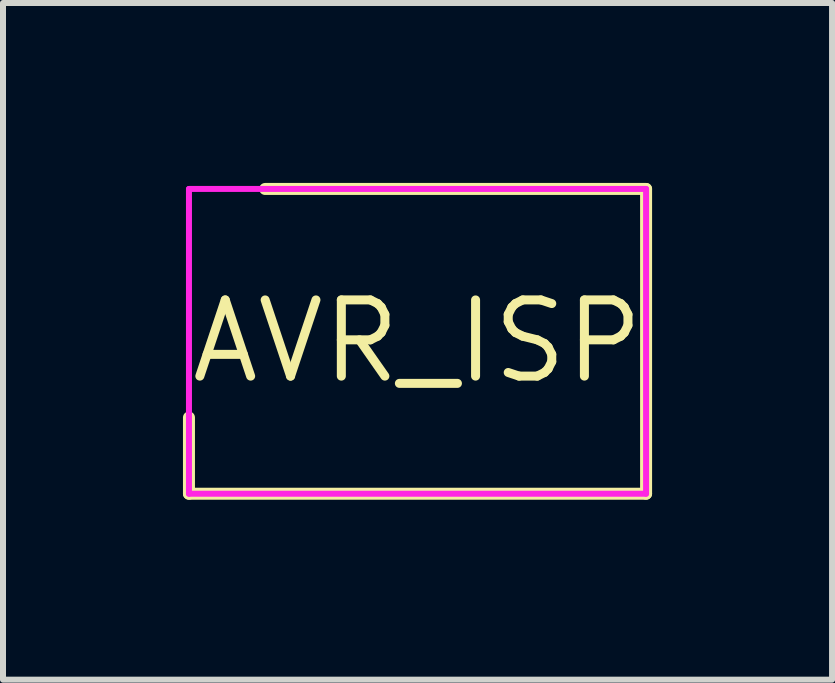
<source format=kicad_pcb>
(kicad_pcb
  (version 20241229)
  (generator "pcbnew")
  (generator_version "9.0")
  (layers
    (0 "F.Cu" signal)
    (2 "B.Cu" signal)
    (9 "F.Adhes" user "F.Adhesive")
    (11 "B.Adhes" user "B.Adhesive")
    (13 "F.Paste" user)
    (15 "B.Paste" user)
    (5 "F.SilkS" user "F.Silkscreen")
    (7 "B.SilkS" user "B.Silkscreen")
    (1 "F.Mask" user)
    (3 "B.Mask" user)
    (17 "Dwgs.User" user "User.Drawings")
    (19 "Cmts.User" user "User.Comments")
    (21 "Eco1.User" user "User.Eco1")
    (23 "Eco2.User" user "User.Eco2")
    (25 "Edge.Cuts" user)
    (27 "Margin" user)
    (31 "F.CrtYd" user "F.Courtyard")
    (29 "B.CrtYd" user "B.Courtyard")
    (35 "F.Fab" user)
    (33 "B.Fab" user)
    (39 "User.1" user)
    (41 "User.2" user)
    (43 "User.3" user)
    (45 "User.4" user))
  (footprint "AVR_ISP"
    (layer "F.Cu")
    (at 3.91 2.64)
    (property "Reference" "AVR_ISP" (at 0 0 0) (layer "F.SilkS") (effects (font (size 1.27 1.27) (thickness 0.15))))
    (attr through_hole)
    (fp_line (start -3.81 2.54) (end -3.81 1.27) (stroke (width 0.2) (type solid)) (layer "F.SilkS"))
    (fp_line (start -3.81 2.54) (end 3.81 2.54) (stroke (width 0.2) (type solid)) (layer "F.SilkS"))
    (fp_line (start -2.54 -2.54) (end 3.81 -2.54) (stroke (width 0.2) (type solid)) (layer "F.SilkS"))
    (fp_line (start 3.81 2.54) (end 3.81 -2.54) (stroke (width 0.2) (type solid)) (layer "F.SilkS"))
    (fp_line (start -3.81 -2.54) (end 3.81 -2.54) (stroke (width 0.1) (type solid)) (layer "F.CrtYd"))
    (fp_line (start -3.81 2.54) (end -3.81 -2.54) (stroke (width 0.1) (type solid)) (layer "F.CrtYd"))
    (fp_line (start -3.81 2.54) (end 3.81 2.54) (stroke (width 0.1) (type solid)) (layer "F.CrtYd"))
    (fp_line (start 3.81 2.54) (end 3.81 -2.54) (stroke (width 0.1) (type solid)) (layer "F.CrtYd")))
  (gr_rect
    (start -3 -3)
    (end 10.82 8.28)
    (stroke (width 0.1) (type default))
    (fill no)
    (layer "Edge.Cuts")))
</source>
